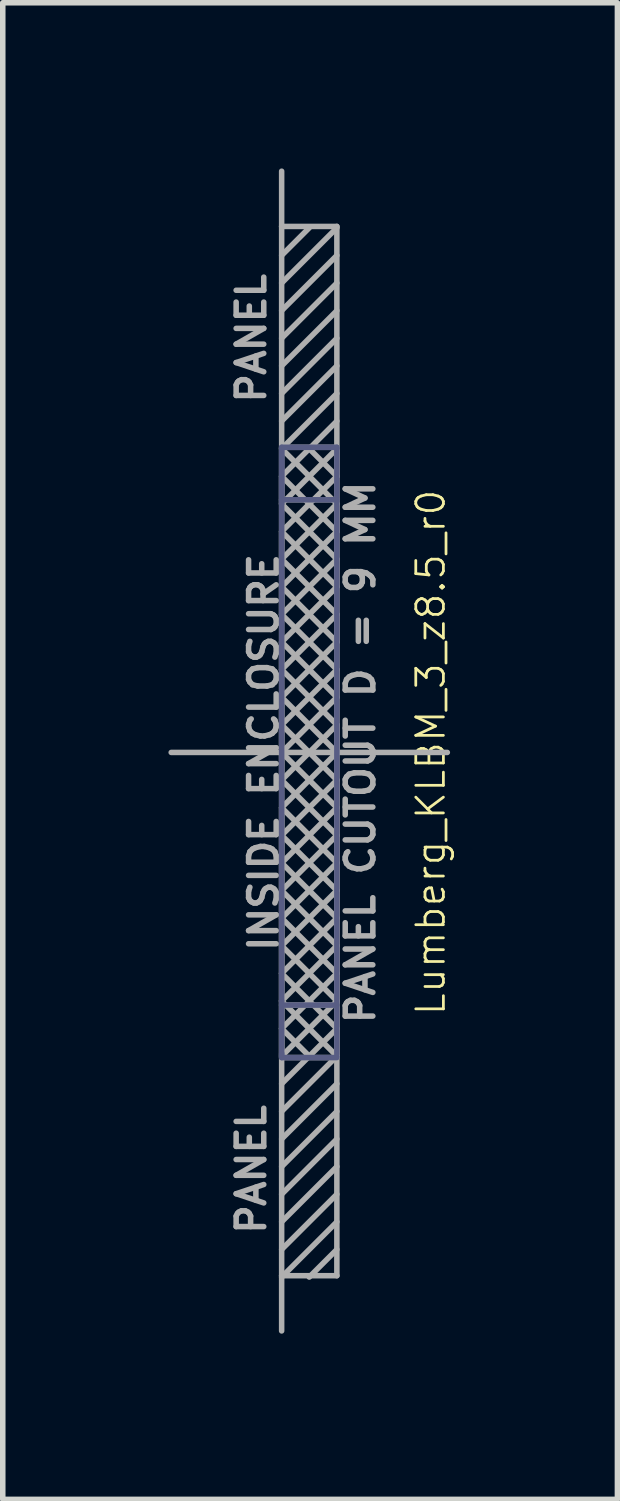
<source format=kicad_pcb>
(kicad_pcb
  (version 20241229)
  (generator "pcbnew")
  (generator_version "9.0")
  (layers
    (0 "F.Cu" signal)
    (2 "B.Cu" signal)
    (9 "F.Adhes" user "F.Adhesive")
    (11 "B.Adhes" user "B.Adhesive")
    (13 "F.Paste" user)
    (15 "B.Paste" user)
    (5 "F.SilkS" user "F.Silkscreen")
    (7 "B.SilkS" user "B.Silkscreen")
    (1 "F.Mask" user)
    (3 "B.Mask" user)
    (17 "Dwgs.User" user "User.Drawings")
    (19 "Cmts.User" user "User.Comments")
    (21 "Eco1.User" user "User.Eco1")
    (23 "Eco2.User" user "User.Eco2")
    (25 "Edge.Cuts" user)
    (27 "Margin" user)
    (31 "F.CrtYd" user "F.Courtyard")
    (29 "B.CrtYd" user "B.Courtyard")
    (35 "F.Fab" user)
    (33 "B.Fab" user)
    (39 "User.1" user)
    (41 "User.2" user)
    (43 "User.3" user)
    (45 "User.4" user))
  (footprint "Lumberg_KLBM_3_z8.5_r0"
    (layer "F.Cu")
    (at 2.05 10.575)
    (property "Reference" "Lumberg_KLBM_3_z8.5_r0" (at 2.7 0 90) (layer "F.SilkS") (effects (font (size 0.5 0.5) (thickness 0.05))))
    (attr through_hole)
    (fp_line (start 0 -5.525) (end 0 -5.5) (stroke (width 0.1) (type solid)) (layer "B.Fab"))
    (fp_line (start 0 -5.5) (end 0 -4.5) (stroke (width 0.1) (type solid)) (layer "B.Fab"))
    (fp_line (start 0 -4.575) (end 1 -4.575) (stroke (width 0.1) (type solid)) (layer "B.Fab"))
    (fp_line (start 0 4.5) (end 0 -5.5) (stroke (width 0.1) (type solid)) (layer "B.Fab"))
    (fp_line (start 0 4.575) (end 1 4.575) (stroke (width 0.1) (type solid)) (layer "B.Fab"))
    (fp_line (start 0 5.5) (end 0 4.5) (stroke (width 0.1) (type solid)) (layer "B.Fab"))
    (fp_line (start 0 5.525) (end 0 5.45) (stroke (width 0.1) (type solid)) (layer "B.Fab"))
    (fp_line (start 1 -5.525) (end 0 -5.525) (stroke (width 0.1) (type solid)) (layer "B.Fab"))
    (fp_line (start 1 -5.5) (end 1 -5.525) (stroke (width 0.1) (type solid)) (layer "B.Fab"))
    (fp_line (start 1 -5.5) (end 1 5.5) (stroke (width 0.1) (type solid)) (layer "B.Fab"))
    (fp_line (start 1 5.525) (end 0 5.525) (stroke (width 0.1) (type solid)) (layer "B.Fab"))
    (fp_line (start -2 0) (end 3 0) (stroke (width 0.1) (type solid)) (layer "F.Fab"))
    (fp_line (start 0 -9.525) (end 0 -10.525) (stroke (width 0.1) (type solid)) (layer "F.Fab"))
    (fp_line (start 0 -9.525) (end 1 -9.525) (stroke (width 0.1) (type solid)) (layer "F.Fab"))
    (fp_line (start 0 -9) (end 0.5 -9.5) (stroke (width 0.1) (type solid)) (layer "F.Fab"))
    (fp_line (start 0 -6.5) (end 1 -7.5) (stroke (width 0.1) (type solid)) (layer "F.Fab"))
    (fp_line (start 0 -5.525) (end 1 -5.525) (stroke (width 0.1) (type solid)) (layer "F.Fab"))
    (fp_line (start 0 -5.5) (end 1 -6.5) (stroke (width 0.1) (type solid)) (layer "F.Fab"))
    (fp_line (start 0 -5.5) (end 1 -4.5) (stroke (width 0.1) (type solid)) (layer "F.Fab"))
    (fp_line (start 0 -5) (end 0.5 -5.5) (stroke (width 0.1) (type solid)) (layer "F.Fab"))
    (fp_line (start 0 -5) (end 1 -4) (stroke (width 0.1) (type solid)) (layer "F.Fab"))
    (fp_line (start 0 -4.575) (end 1 -4.575) (stroke (width 0.1) (type solid)) (layer "F.Fab"))
    (fp_line (start 0 -4.5) (end 0 -5) (stroke (width 0.1) (type solid)) (layer "F.Fab"))
    (fp_line (start 0 -4.5) (end 1 -3.5) (stroke (width 0.1) (type solid)) (layer "F.Fab"))
    (fp_line (start 0 -4) (end 1 -5) (stroke (width 0.1) (type solid)) (layer "F.Fab"))
    (fp_line (start 0 -4) (end 1 -3) (stroke (width 0.1) (type solid)) (layer "F.Fab"))
    (fp_line (start 0 -3.5) (end 0 -4) (stroke (width 0.1) (type solid)) (layer "F.Fab"))
    (fp_line (start 0 -3.5) (end 1 -2.5) (stroke (width 0.1) (type solid)) (layer "F.Fab"))
    (fp_line (start 0 -3) (end 1 -4) (stroke (width 0.1) (type solid)) (layer "F.Fab"))
    (fp_line (start 0 -3) (end 1 -2) (stroke (width 0.1) (type solid)) (layer "F.Fab"))
    (fp_line (start 0 -2.5) (end 0 -3) (stroke (width 0.1) (type solid)) (layer "F.Fab"))
    (fp_line (start 0 -2) (end 1 -3) (stroke (width 0.1) (type solid)) (layer "F.Fab"))
    (fp_line (start 0 -2) (end 1 -1) (stroke (width 0.1) (type solid)) (layer "F.Fab"))
    (fp_line (start 0 -1.5) (end 0 -2) (stroke (width 0.1) (type solid)) (layer "F.Fab"))
    (fp_line (start 0 -1.5) (end 1 -0.5) (stroke (width 0.1) (type solid)) (layer "F.Fab"))
    (fp_line (start 0 -1) (end 1 -2) (stroke (width 0.1) (type solid)) (layer "F.Fab"))
    (fp_line (start 0 -0.5) (end 0 -1) (stroke (width 0.1) (type solid)) (layer "F.Fab"))
    (fp_line (start 0 -0.5) (end 0 0) (stroke (width 0.1) (type solid)) (layer "F.Fab"))
    (fp_line (start 0 0) (end 1 -1) (stroke (width 0.1) (type solid)) (layer "F.Fab"))
    (fp_line (start 0 0) (end 1 1) (stroke (width 0.1) (type solid)) (layer "F.Fab"))
    (fp_line (start 0 0.5) (end 0 0) (stroke (width 0.1) (type solid)) (layer "F.Fab"))
    (fp_line (start 0 1) (end 1 0) (stroke (width 0.1) (type solid)) (layer "F.Fab"))
    (fp_line (start 0 1) (end 1 2) (stroke (width 0.1) (type solid)) (layer "F.Fab"))
    (fp_line (start 0 1.5) (end 0 1) (stroke (width 0.1) (type solid)) (layer "F.Fab"))
    (fp_line (start 0 1.5) (end 0 2) (stroke (width 0.1) (type solid)) (layer "F.Fab"))
    (fp_line (start 0 2) (end 1 1) (stroke (width 0.1) (type solid)) (layer "F.Fab"))
    (fp_line (start 0 2) (end 1 3) (stroke (width 0.1) (type solid)) (layer "F.Fab"))
    (fp_line (start 0 2.5) (end 0 2) (stroke (width 0.1) (type solid)) (layer "F.Fab"))
    (fp_line (start 0 2.5) (end 0 3) (stroke (width 0.1) (type solid)) (layer "F.Fab"))
    (fp_line (start 0 3) (end 1 2) (stroke (width 0.1) (type solid)) (layer "F.Fab"))
    (fp_line (start 0 3) (end 1 4) (stroke (width 0.1) (type solid)) (layer "F.Fab"))
    (fp_line (start 0 3.5) (end 0 3) (stroke (width 0.1) (type solid)) (layer "F.Fab"))
    (fp_line (start 0 3.5) (end 0 4) (stroke (width 0.1) (type solid)) (layer "F.Fab"))
    (fp_line (start 0 4) (end 1 3) (stroke (width 0.1) (type solid)) (layer "F.Fab"))
    (fp_line (start 0 4) (end 1 5) (stroke (width 0.1) (type solid)) (layer "F.Fab"))
    (fp_line (start 0 4.5) (end 0 4) (stroke (width 0.1) (type solid)) (layer "F.Fab"))
    (fp_line (start 0 4.5) (end 0 5) (stroke (width 0.1) (type solid)) (layer "F.Fab"))
    (fp_line (start 0 4.575) (end 1 4.575) (stroke (width 0.1) (type solid)) (layer "F.Fab"))
    (fp_line (start 0 5) (end 0.5 5.5) (stroke (width 0.1) (type solid)) (layer "F.Fab"))
    (fp_line (start 0 5) (end 1 4) (stroke (width 0.1) (type solid)) (layer "F.Fab"))
    (fp_line (start 0 5.5) (end 0 5) (stroke (width 0.1) (type solid)) (layer "F.Fab"))
    (fp_line (start 0 5.525) (end 1 5.525) (stroke (width 0.1) (type solid)) (layer "F.Fab"))
    (fp_line (start 0 7) (end 1 6) (stroke (width 0.1) (type solid)) (layer "F.Fab"))
    (fp_line (start 0 8) (end 1 7) (stroke (width 0.1) (type solid)) (layer "F.Fab"))
    (fp_line (start 0 9) (end 1 8) (stroke (width 0.1) (type solid)) (layer "F.Fab"))
    (fp_line (start 0 9.475) (end 0 -9.525) (stroke (width 0.1) (type solid)) (layer "F.Fab"))
    (fp_line (start 0 9.475) (end 0 10.475) (stroke (width 0.1) (type solid)) (layer "F.Fab"))
    (fp_line (start 0.5 -5.5) (end 1 -5) (stroke (width 0.1) (type solid)) (layer "F.Fab"))
    (fp_line (start 0.5 5.5) (end 0 6) (stroke (width 0.1) (type solid)) (layer "F.Fab"))
    (fp_line (start 0.5 5.5) (end 1 5) (stroke (width 0.1) (type solid)) (layer "F.Fab"))
    (fp_line (start 0.5 9.5) (end 1 9) (stroke (width 0.1) (type solid)) (layer "F.Fab"))
    (fp_line (start 1 -9.525) (end 1 9.475) (stroke (width 0.1) (type solid)) (layer "F.Fab"))
    (fp_line (start 1 -9.5) (end 0 -8.5) (stroke (width 0.1) (type solid)) (layer "F.Fab"))
    (fp_line (start 1 -9) (end 0 -8) (stroke (width 0.1) (type solid)) (layer "F.Fab"))
    (fp_line (start 1 -8.5) (end 0 -7.5) (stroke (width 0.1) (type solid)) (layer "F.Fab"))
    (fp_line (start 1 -8) (end 0 -7) (stroke (width 0.1) (type solid)) (layer "F.Fab"))
    (fp_line (start 1 -7) (end 0 -6) (stroke (width 0.1) (type solid)) (layer "F.Fab"))
    (fp_line (start 1 -6) (end 0.5 -5.5) (stroke (width 0.1) (type solid)) (layer "F.Fab"))
    (fp_line (start 1 -5.5) (end 0 -4.5) (stroke (width 0.1) (type solid)) (layer "F.Fab"))
    (fp_line (start 1 -5) (end 1 -5.5) (stroke (width 0.1) (type solid)) (layer "F.Fab"))
    (fp_line (start 1 -4.5) (end 0 -3.5) (stroke (width 0.1) (type solid)) (layer "F.Fab"))
    (fp_line (start 1 -4) (end 1 -4.5) (stroke (width 0.1) (type solid)) (layer "F.Fab"))
    (fp_line (start 1 -3.5) (end 0 -2.5) (stroke (width 0.1) (type solid)) (layer "F.Fab"))
    (fp_line (start 1 -3) (end 1 -3.5) (stroke (width 0.1) (type solid)) (layer "F.Fab"))
    (fp_line (start 1 -2.5) (end 0 -1.5) (stroke (width 0.1) (type solid)) (layer "F.Fab"))
    (fp_line (start 1 -2) (end 1 -2.5) (stroke (width 0.1) (type solid)) (layer "F.Fab"))
    (fp_line (start 1 -1.5) (end 0 -2.5) (stroke (width 0.1) (type solid)) (layer "F.Fab"))
    (fp_line (start 1 -1.5) (end 0 -0.5) (stroke (width 0.1) (type solid)) (layer "F.Fab"))
    (fp_line (start 1 -1) (end 1 -1.5) (stroke (width 0.1) (type solid)) (layer "F.Fab"))
    (fp_line (start 1 -0.5) (end 0 0.5) (stroke (width 0.1) (type solid)) (layer "F.Fab"))
    (fp_line (start 1 -0.5) (end 1 0) (stroke (width 0.1) (type solid)) (layer "F.Fab"))
    (fp_line (start 1 0) (end 0 -1) (stroke (width 0.1) (type solid)) (layer "F.Fab"))
    (fp_line (start 1 0) (end 1 -0.5) (stroke (width 0.1) (type solid)) (layer "F.Fab"))
    (fp_line (start 1 0.5) (end 0 -0.5) (stroke (width 0.1) (type solid)) (layer "F.Fab"))
    (fp_line (start 1 0.5) (end 0 1.5) (stroke (width 0.1) (type solid)) (layer "F.Fab"))
    (fp_line (start 1 1) (end 1 0.5) (stroke (width 0.1) (type solid)) (layer "F.Fab"))
    (fp_line (start 1 1) (end 1 1.5) (stroke (width 0.1) (type solid)) (layer "F.Fab"))
    (fp_line (start 1 1.5) (end 0 0.5) (stroke (width 0.1) (type solid)) (layer "F.Fab"))
    (fp_line (start 1 1.5) (end 0 2.5) (stroke (width 0.1) (type solid)) (layer "F.Fab"))
    (fp_line (start 1 2) (end 1 1.5) (stroke (width 0.1) (type solid)) (layer "F.Fab"))
    (fp_line (start 1 2) (end 1 2.5) (stroke (width 0.1) (type solid)) (layer "F.Fab"))
    (fp_line (start 1 2.5) (end 0 1.5) (stroke (width 0.1) (type solid)) (layer "F.Fab"))
    (fp_line (start 1 2.5) (end 0 3.5) (stroke (width 0.1) (type solid)) (layer "F.Fab"))
    (fp_line (start 1 3) (end 1 2.5) (stroke (width 0.1) (type solid)) (layer "F.Fab"))
    (fp_line (start 1 3) (end 1 3.5) (stroke (width 0.1) (type solid)) (layer "F.Fab"))
    (fp_line (start 1 3.5) (end 0 2.5) (stroke (width 0.1) (type solid)) (layer "F.Fab"))
    (fp_line (start 1 3.5) (end 0 4.5) (stroke (width 0.1) (type solid)) (layer "F.Fab"))
    (fp_line (start 1 4) (end 1 3.5) (stroke (width 0.1) (type solid)) (layer "F.Fab"))
    (fp_line (start 1 4) (end 1 4.5) (stroke (width 0.1) (type solid)) (layer "F.Fab"))
    (fp_line (start 1 4.5) (end 0 3.5) (stroke (width 0.1) (type solid)) (layer "F.Fab"))
    (fp_line (start 1 4.5) (end 0 5.5) (stroke (width 0.1) (type solid)) (layer "F.Fab"))
    (fp_line (start 1 5) (end 1 4.5) (stroke (width 0.1) (type solid)) (layer "F.Fab"))
    (fp_line (start 1 5) (end 1 5.5) (stroke (width 0.1) (type solid)) (layer "F.Fab"))
    (fp_line (start 1 5.5) (end 0 4.5) (stroke (width 0.1) (type solid)) (layer "F.Fab"))
    (fp_line (start 1 5.5) (end 0 6.5) (stroke (width 0.1) (type solid)) (layer "F.Fab"))
    (fp_line (start 1 6.5) (end 0 7.5) (stroke (width 0.1) (type solid)) (layer "F.Fab"))
    (fp_line (start 1 7.5) (end 0 8.5) (stroke (width 0.1) (type solid)) (layer "F.Fab"))
    (fp_line (start 1 8.5) (end 0 9.5) (stroke (width 0.1) (type solid)) (layer "F.Fab"))
    (fp_line (start 1 9.475) (end 0 9.475) (stroke (width 0.1) (type solid)) (layer "F.Fab"))
    (fp_text user "INSIDE ENCLOSURE" (at -0.325 0 90) (layer "F.Fab") (effects (font (size 0.5 0.5) (thickness 0.1))))
    (fp_text user "PANEL" (at -0.55 7.55 90) (layer "F.Fab") (effects (font (size 0.5 0.5) (thickness 0.1))))
    (fp_text user "PANEL CUTOUT D = 9 MM" (at 1.425 0 90) (layer "F.Fab") (effects (font (size 0.5 0.5) (thickness 0.1))))
    (fp_text user "PANEL" (at -0.55 -7.5 90) (layer "F.Fab") (effects (font (size 0.5 0.5) (thickness 0.1)))))
  (gr_rect
    (start -3 -3)
    (end 8.13 24.1)
    (stroke (width 0.1) (type default))
    (fill no)
    (layer "Edge.Cuts")))
</source>
